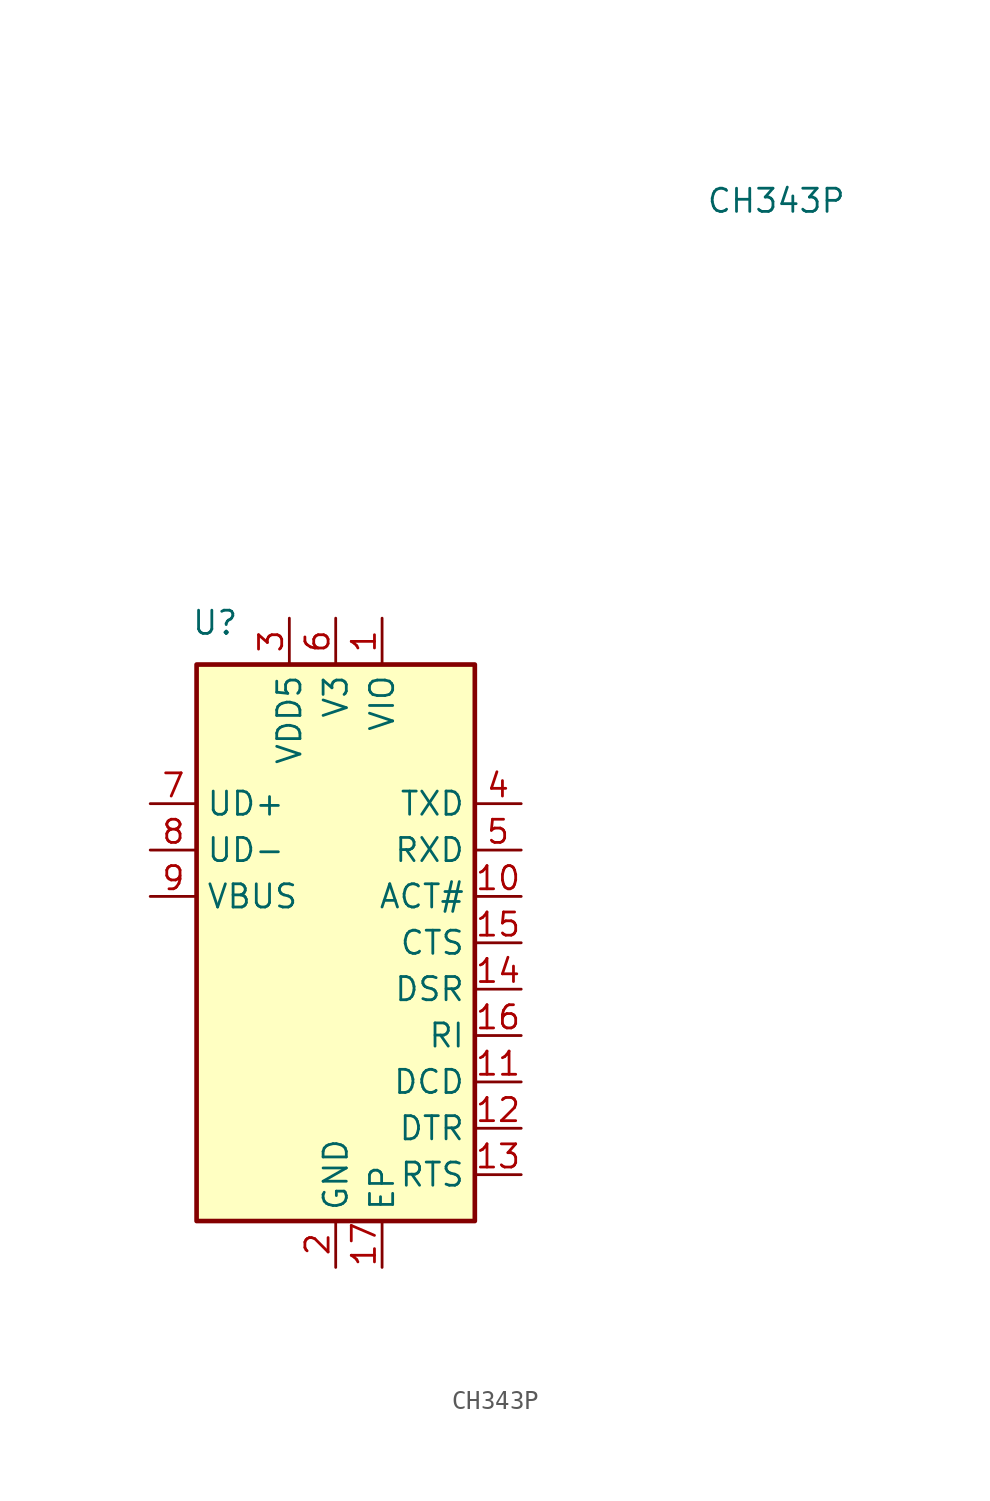
<source format=kicad_sym>
(kicad_symbol_lib
  (version 20231120)
  (generator "kicad_symbol_editor")
  (generator_version "8.0")
  (symbol "CH343P"
    (property "Reference" "U"
      (at -6.604 17.526 0)
      (effects (font (size 1.27 1.27))))
    (property "Value" "CH343P"
      (at 24.13 40.64 0)
      (effects (font (size 1.27 1.27))))
    (symbol "CH343P_1_1"
      (rectangle (start -7.62 15.24) (end 7.62 -15.24) (stroke (width 0.254) (type default)) (fill (type background)))
      (pin bidirectional line (at 2.54 17.78 270) (length 2.54) (name "VIO" (effects (font (size 1.27 1.27)))) (number "1" (effects (font (size 1.27 1.27)))))
      (pin output line (at 10.16 2.54 180) (length 2.54) (name "ACT#" (effects (font (size 1.27 1.27)))) (number "10" (effects (font (size 1.27 1.27)))))
      (pin input line (at 10.16 -7.62 180) (length 2.54) (name "DCD" (effects (font (size 1.27 1.27)))) (number "11" (effects (font (size 1.27 1.27)))))
      (pin output line (at 10.16 -10.16 180) (length 2.54) (name "DTR" (effects (font (size 1.27 1.27)))) (number "12" (effects (font (size 1.27 1.27)))))
      (pin output line (at 10.16 -12.7 180) (length 2.54) (name "RTS" (effects (font (size 1.27 1.27)))) (number "13" (effects (font (size 1.27 1.27)))))
      (pin input line (at 10.16 -2.54 180) (length 2.54) (name "DSR" (effects (font (size 1.27 1.27)))) (number "14" (effects (font (size 1.27 1.27)))))
      (pin input line (at 10.16 0 180) (length 2.54) (name "CTS" (effects (font (size 1.27 1.27)))) (number "15" (effects (font (size 1.27 1.27)))))
      (pin input line (at 10.16 -5.08 180) (length 2.54) (name "RI" (effects (font (size 1.27 1.27)))) (number "16" (effects (font (size 1.27 1.27)))))
      (pin bidirectional line (at 2.54 -17.78 90) (length 2.54) (name "EP" (effects (font (size 1.27 1.27)))) (number "17" (effects (font (size 1.27 1.27)))))
      (pin power_in line (at 0 -17.78 90) (length 2.54) (name "GND" (effects (font (size 1.27 1.27)))) (number "2" (effects (font (size 1.27 1.27)))))
      (pin power_in line (at -2.54 17.78 270) (length 2.54) (name "VDD5" (effects (font (size 1.27 1.27)))) (number "3" (effects (font (size 1.27 1.27)))))
      (pin output line (at 10.16 7.62 180) (length 2.54) (name "TXD" (effects (font (size 1.27 1.27)))) (number "4" (effects (font (size 1.27 1.27)))))
      (pin input line (at 10.16 5.08 180) (length 2.54) (name "RXD" (effects (font (size 1.27 1.27)))) (number "5" (effects (font (size 1.27 1.27)))))
      (pin passive line (at 0 17.78 270) (length 2.54) (name "V3" (effects (font (size 1.27 1.27)))) (number "6" (effects (font (size 1.27 1.27)))))
      (pin bidirectional line (at -10.16 7.62 0) (length 2.54) (name "UD+" (effects (font (size 1.27 1.27)))) (number "7" (effects (font (size 1.27 1.27)))))
      (pin bidirectional line (at -10.16 5.08 0) (length 2.54) (name "UD-" (effects (font (size 1.27 1.27)))) (number "8" (effects (font (size 1.27 1.27)))))
      (pin input line (at -10.16 2.54 0) (length 2.54) (name "VBUS" (effects (font (size 1.27 1.27)))) (number "9" (effects (font (size 1.27 1.27))))))))
</source>
